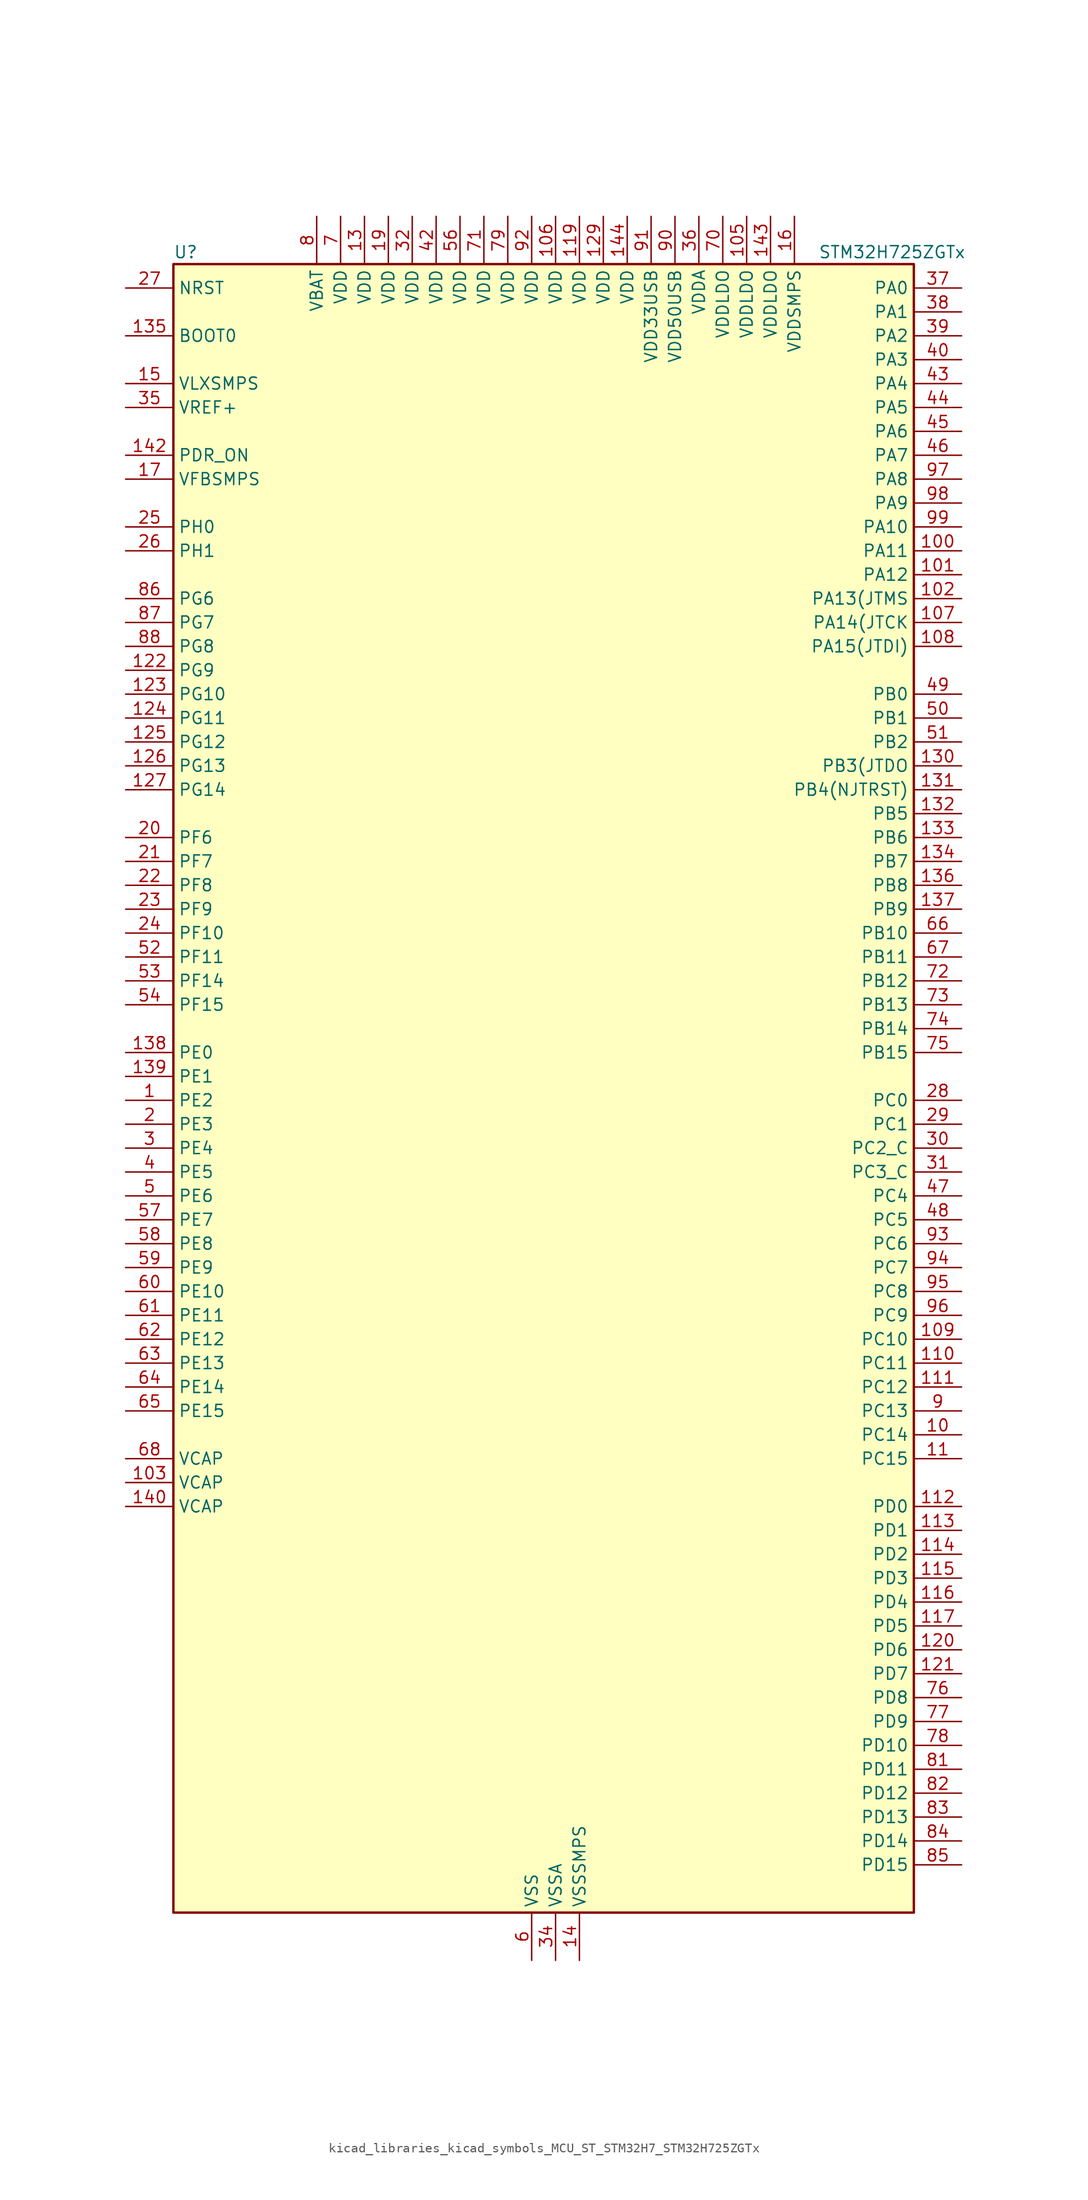
<source format=kicad_sym>
(kicad_symbol_lib
  (version 20220914)
  (generator kicad_symbol_editor)
  (symbol "kicad_libraries_kicad_symbols_MCU_ST_STM32H7_STM32H725ZGTx"
    (property "Reference" "U"
      (at -38.1 90.17 0)
      (effects (font (size 1.27 1.27)) (justify left)))
    (property "Value" "STM32H725ZGTx"
      (at 30.48 90.17 0)
      (effects (font (size 1.27 1.27)) (justify left)))
    (property "ki_locked" ""
      (at 0 0 0)
      (effects (font (size 1.27 1.27))))
    (symbol "kicad_libraries_kicad_symbols_MCU_ST_STM32H7_STM32H725ZGTx_0_1"
      (rectangle (start -38.1 -86.36) (end 40.64 88.9) (stroke (width 0.254) (type default)) (fill (type background))))
    (symbol "kicad_libraries_kicad_symbols_MCU_ST_STM32H7_STM32H725ZGTx_1_1"
      (pin bidirectional line (at -43.18 0 0) (length 5.08) (name "PE2" (effects (font (size 1.27 1.27)))) (number "1" (effects (font (size 1.27 1.27)))) (alternate "DEBUG_TRACECLK" bidirectional line) (alternate "ETH_TXD3" bidirectional line) (alternate "FMC_A23" bidirectional line) (alternate "OCTOSPIM_P1_IO2" bidirectional line) (alternate "SAI1_CK1" bidirectional line) (alternate "SAI1_MCLK_A" bidirectional line) (alternate "SAI4_CK1" bidirectional line) (alternate "SAI4_MCLK_A" bidirectional line) (alternate "SPI4_SCK" bidirectional line) (alternate "USART10_RX" bidirectional line))
      (pin bidirectional line (at 45.72 -35.56 180) (length 5.08) (name "PC14" (effects (font (size 1.27 1.27)))) (number "10" (effects (font (size 1.27 1.27)))) (alternate "RCC_OSC32_IN" bidirectional line))
      (pin bidirectional line (at 45.72 58.42 180) (length 5.08) (name "PA11" (effects (font (size 1.27 1.27)))) (number "100" (effects (font (size 1.27 1.27)))) (alternate "ADC1_EXTI11" bidirectional line) (alternate "ADC2_EXTI11" bidirectional line) (alternate "ADC3_EXTI11" bidirectional line) (alternate "FDCAN1_RX" bidirectional line) (alternate "I2S2_WS" bidirectional line) (alternate "LPUART1_CTS" bidirectional line) (alternate "LTDC_R4" bidirectional line) (alternate "SPI2_NSS" bidirectional line) (alternate "TIM1_CH4" bidirectional line) (alternate "UART4_RX" bidirectional line) (alternate "USART1_CTS" bidirectional line) (alternate "USART1_NSS" bidirectional line) (alternate "USB_OTG_HS_DM" bidirectional line))
      (pin bidirectional line (at 45.72 55.88 180) (length 5.08) (name "PA12" (effects (font (size 1.27 1.27)))) (number "101" (effects (font (size 1.27 1.27)))) (alternate "FDCAN1_TX" bidirectional line) (alternate "I2S2_CK" bidirectional line) (alternate "LPUART1_DE" bidirectional line) (alternate "LPUART1_RTS" bidirectional line) (alternate "LTDC_R5" bidirectional line) (alternate "SAI4_FS_B" bidirectional line) (alternate "SPI2_SCK" bidirectional line) (alternate "TIM1_BKIN2" bidirectional line) (alternate "TIM1_ETR" bidirectional line) (alternate "UART4_TX" bidirectional line) (alternate "USART1_DE" bidirectional line) (alternate "USART1_RTS" bidirectional line) (alternate "USB_OTG_HS_DP" bidirectional line))
      (pin bidirectional line (at 45.72 53.34 180) (length 5.08) (name "PA13(JTMS" (effects (font (size 1.27 1.27)))) (number "102" (effects (font (size 1.27 1.27)))) (alternate "DEBUG_JTMS-SWDIO" bidirectional line))
      (pin power_out line (at -43.18 -40.64 0) (length 5.08) (name "VCAP" (effects (font (size 1.27 1.27)))) (number "103" (effects (font (size 1.27 1.27)))))
      (pin passive line (at 0 -91.44 90) (length 5.08) hide (name "VSS" (effects (font (size 1.27 1.27)))) (number "104" (effects (font (size 1.27 1.27)))))
      (pin power_in line (at 22.86 93.98 270) (length 5.08) (name "VDDLDO" (effects (font (size 1.27 1.27)))) (number "105" (effects (font (size 1.27 1.27)))))
      (pin power_in line (at 2.54 93.98 270) (length 5.08) (name "VDD" (effects (font (size 1.27 1.27)))) (number "106" (effects (font (size 1.27 1.27)))))
      (pin bidirectional line (at 45.72 50.8 180) (length 5.08) (name "PA14(JTCK" (effects (font (size 1.27 1.27)))) (number "107" (effects (font (size 1.27 1.27)))) (alternate "DEBUG_JTCK-SWCLK" bidirectional line))
      (pin bidirectional line (at 45.72 48.26 180) (length 5.08) (name "PA15(JTDI)" (effects (font (size 1.27 1.27)))) (number "108" (effects (font (size 1.27 1.27)))) (alternate "ADC1_EXTI15" bidirectional line) (alternate "ADC2_EXTI15" bidirectional line) (alternate "ADC3_EXTI15" bidirectional line) (alternate "CEC" bidirectional line) (alternate "DEBUG_JTDI" bidirectional line) (alternate "I2S1_WS" bidirectional line) (alternate "I2S3_WS" bidirectional line) (alternate "I2S6_WS" bidirectional line) (alternate "LTDC_B6" bidirectional line) (alternate "LTDC_R3" bidirectional line) (alternate "SPI1_NSS" bidirectional line) (alternate "SPI3_NSS" bidirectional line) (alternate "SPI6_NSS" bidirectional line) (alternate "TIM2_CH1" bidirectional line) (alternate "TIM2_ETR" bidirectional line) (alternate "UART4_DE" bidirectional line) (alternate "UART4_RTS" bidirectional line) (alternate "UART7_TX" bidirectional line))
      (pin bidirectional line (at 45.72 -25.4 180) (length 5.08) (name "PC10" (effects (font (size 1.27 1.27)))) (number "109" (effects (font (size 1.27 1.27)))) (alternate "DCMI_D8" bidirectional line) (alternate "DFSDM1_CKIN5" bidirectional line) (alternate "I2C5_SDA" bidirectional line) (alternate "I2S3_CK" bidirectional line) (alternate "LTDC_B1" bidirectional line) (alternate "LTDC_R2" bidirectional line) (alternate "OCTOSPIM_P1_IO1" bidirectional line) (alternate "PSSI_D8" bidirectional line) (alternate "SDMMC1_D2" bidirectional line) (alternate "SPI3_SCK" bidirectional line) (alternate "SWPMI1_RX" bidirectional line) (alternate "UART4_TX" bidirectional line) (alternate "USART3_TX" bidirectional line))
      (pin bidirectional line (at 45.72 -38.1 180) (length 5.08) (name "PC15" (effects (font (size 1.27 1.27)))) (number "11" (effects (font (size 1.27 1.27)))) (alternate "ADC1_EXTI15" bidirectional line) (alternate "ADC2_EXTI15" bidirectional line) (alternate "ADC3_EXTI15" bidirectional line) (alternate "RCC_OSC32_OUT" bidirectional line))
      (pin bidirectional line (at 45.72 -27.94 180) (length 5.08) (name "PC11" (effects (font (size 1.27 1.27)))) (number "110" (effects (font (size 1.27 1.27)))) (alternate "ADC1_EXTI11" bidirectional line) (alternate "ADC2_EXTI11" bidirectional line) (alternate "ADC3_EXTI11" bidirectional line) (alternate "DCMI_D4" bidirectional line) (alternate "DFSDM1_DATIN5" bidirectional line) (alternate "I2C5_SCL" bidirectional line) (alternate "I2S3_SDI" bidirectional line) (alternate "LTDC_B4" bidirectional line) (alternate "OCTOSPIM_P1_NCS" bidirectional line) (alternate "PSSI_D4" bidirectional line) (alternate "SDMMC1_D3" bidirectional line) (alternate "SPI3_MISO" bidirectional line) (alternate "UART4_RX" bidirectional line) (alternate "USART3_RX" bidirectional line))
      (pin bidirectional line (at 45.72 -30.48 180) (length 5.08) (name "PC12" (effects (font (size 1.27 1.27)))) (number "111" (effects (font (size 1.27 1.27)))) (alternate "DCMI_D9" bidirectional line) (alternate "DEBUG_TRACED3" bidirectional line) (alternate "FMC_D6" bidirectional line) (alternate "FMC_DA6" bidirectional line) (alternate "I2C5_SMBA" bidirectional line) (alternate "I2S3_SDO" bidirectional line) (alternate "I2S6_CK" bidirectional line) (alternate "LTDC_R6" bidirectional line) (alternate "PSSI_D9" bidirectional line) (alternate "SDMMC1_CK" bidirectional line) (alternate "SPI3_MOSI" bidirectional line) (alternate "SPI6_SCK" bidirectional line) (alternate "TIM15_CH1" bidirectional line) (alternate "UART5_TX" bidirectional line) (alternate "USART3_CK" bidirectional line))
      (pin bidirectional line (at 45.72 -43.18 180) (length 5.08) (name "PD0" (effects (font (size 1.27 1.27)))) (number "112" (effects (font (size 1.27 1.27)))) (alternate "DFSDM1_CKIN6" bidirectional line) (alternate "FDCAN1_RX" bidirectional line) (alternate "FMC_D2" bidirectional line) (alternate "FMC_DA2" bidirectional line) (alternate "LTDC_B1" bidirectional line) (alternate "UART4_RX" bidirectional line) (alternate "UART9_CTS" bidirectional line))
      (pin bidirectional line (at 45.72 -45.72 180) (length 5.08) (name "PD1" (effects (font (size 1.27 1.27)))) (number "113" (effects (font (size 1.27 1.27)))) (alternate "DFSDM1_DATIN6" bidirectional line) (alternate "FDCAN1_TX" bidirectional line) (alternate "FMC_D3" bidirectional line) (alternate "FMC_DA3" bidirectional line) (alternate "UART4_TX" bidirectional line))
      (pin bidirectional line (at 45.72 -48.26 180) (length 5.08) (name "PD2" (effects (font (size 1.27 1.27)))) (number "114" (effects (font (size 1.27 1.27)))) (alternate "DCMI_D11" bidirectional line) (alternate "DEBUG_TRACED2" bidirectional line) (alternate "FMC_D7" bidirectional line) (alternate "FMC_DA7" bidirectional line) (alternate "LTDC_B2" bidirectional line) (alternate "LTDC_B7" bidirectional line) (alternate "PSSI_D11" bidirectional line) (alternate "SDMMC1_CMD" bidirectional line) (alternate "TIM15_BKIN" bidirectional line) (alternate "TIM3_ETR" bidirectional line) (alternate "UART5_RX" bidirectional line))
      (pin bidirectional line (at 45.72 -50.8 180) (length 5.08) (name "PD3" (effects (font (size 1.27 1.27)))) (number "115" (effects (font (size 1.27 1.27)))) (alternate "DCMI_D5" bidirectional line) (alternate "DFSDM1_CKOUT" bidirectional line) (alternate "FMC_CLK" bidirectional line) (alternate "I2S2_CK" bidirectional line) (alternate "LTDC_G7" bidirectional line) (alternate "PSSI_D5" bidirectional line) (alternate "SPI2_SCK" bidirectional line) (alternate "USART2_CTS" bidirectional line) (alternate "USART2_NSS" bidirectional line))
      (pin bidirectional line (at 45.72 -53.34 180) (length 5.08) (name "PD4" (effects (font (size 1.27 1.27)))) (number "116" (effects (font (size 1.27 1.27)))) (alternate "FMC_NOE" bidirectional line) (alternate "OCTOSPIM_P1_IO4" bidirectional line) (alternate "USART2_DE" bidirectional line) (alternate "USART2_RTS" bidirectional line))
      (pin bidirectional line (at 45.72 -55.88 180) (length 5.08) (name "PD5" (effects (font (size 1.27 1.27)))) (number "117" (effects (font (size 1.27 1.27)))) (alternate "FMC_NWE" bidirectional line) (alternate "OCTOSPIM_P1_IO5" bidirectional line) (alternate "USART2_TX" bidirectional line))
      (pin passive line (at 0 -91.44 90) (length 5.08) hide (name "VSS" (effects (font (size 1.27 1.27)))) (number "118" (effects (font (size 1.27 1.27)))))
      (pin power_in line (at 5.08 93.98 270) (length 5.08) (name "VDD" (effects (font (size 1.27 1.27)))) (number "119" (effects (font (size 1.27 1.27)))))
      (pin passive line (at 0 -91.44 90) (length 5.08) hide (name "VSS" (effects (font (size 1.27 1.27)))) (number "12" (effects (font (size 1.27 1.27)))))
      (pin bidirectional line (at 45.72 -58.42 180) (length 5.08) (name "PD6" (effects (font (size 1.27 1.27)))) (number "120" (effects (font (size 1.27 1.27)))) (alternate "DCMI_D10" bidirectional line) (alternate "DFSDM1_CKIN4" bidirectional line) (alternate "DFSDM1_DATIN1" bidirectional line) (alternate "FMC_NWAIT" bidirectional line) (alternate "I2S3_SDO" bidirectional line) (alternate "LTDC_B2" bidirectional line) (alternate "OCTOSPIM_P1_IO6" bidirectional line) (alternate "PSSI_D10" bidirectional line) (alternate "SAI1_D1" bidirectional line) (alternate "SAI1_SD_A" bidirectional line) (alternate "SAI4_D1" bidirectional line) (alternate "SAI4_SD_A" bidirectional line) (alternate "SDMMC2_CK" bidirectional line) (alternate "SPI3_MOSI" bidirectional line) (alternate "USART2_RX" bidirectional line))
      (pin bidirectional line (at 45.72 -60.96 180) (length 5.08) (name "PD7" (effects (font (size 1.27 1.27)))) (number "121" (effects (font (size 1.27 1.27)))) (alternate "DFSDM1_CKIN1" bidirectional line) (alternate "DFSDM1_DATIN4" bidirectional line) (alternate "FMC_NE1" bidirectional line) (alternate "I2S1_SDO" bidirectional line) (alternate "OCTOSPIM_P1_IO7" bidirectional line) (alternate "SDMMC2_CMD" bidirectional line) (alternate "SPDIFRX1_IN0" bidirectional line) (alternate "SPI1_MOSI" bidirectional line) (alternate "USART2_CK" bidirectional line))
      (pin bidirectional line (at -43.18 45.72 0) (length 5.08) (name "PG9" (effects (font (size 1.27 1.27)))) (number "122" (effects (font (size 1.27 1.27)))) (alternate "DAC1_EXTI9" bidirectional line) (alternate "DCMI_VSYNC" bidirectional line) (alternate "FDCAN3_TX" bidirectional line) (alternate "FMC_NCE" bidirectional line) (alternate "FMC_NE2" bidirectional line) (alternate "I2S1_SDI" bidirectional line) (alternate "OCTOSPIM_P1_IO6" bidirectional line) (alternate "PSSI_RDY" bidirectional line) (alternate "SAI4_FS_B" bidirectional line) (alternate "SDMMC2_D0" bidirectional line) (alternate "SPDIFRX1_IN3" bidirectional line) (alternate "SPI1_MISO" bidirectional line) (alternate "USART6_RX" bidirectional line))
      (pin bidirectional line (at -43.18 43.18 0) (length 5.08) (name "PG10" (effects (font (size 1.27 1.27)))) (number "123" (effects (font (size 1.27 1.27)))) (alternate "DCMI_D2" bidirectional line) (alternate "FDCAN3_RX" bidirectional line) (alternate "FMC_NE3" bidirectional line) (alternate "I2S1_WS" bidirectional line) (alternate "LTDC_B2" bidirectional line) (alternate "LTDC_G3" bidirectional line) (alternate "OCTOSPIM_P2_IO6" bidirectional line) (alternate "PSSI_D2" bidirectional line) (alternate "SAI4_SD_B" bidirectional line) (alternate "SDMMC2_D1" bidirectional line) (alternate "SPI1_NSS" bidirectional line))
      (pin bidirectional line (at -43.18 40.64 0) (length 5.08) (name "PG11" (effects (font (size 1.27 1.27)))) (number "124" (effects (font (size 1.27 1.27)))) (alternate "ADC1_EXTI11" bidirectional line) (alternate "ADC2_EXTI11" bidirectional line) (alternate "ADC3_EXTI11" bidirectional line) (alternate "DCMI_D3" bidirectional line) (alternate "ETH_TX_EN" bidirectional line) (alternate "I2S1_CK" bidirectional line) (alternate "LPTIM1_IN2" bidirectional line) (alternate "LTDC_B3" bidirectional line) (alternate "OCTOSPIM_P2_IO7" bidirectional line) (alternate "PSSI_D3" bidirectional line) (alternate "SDMMC2_D2" bidirectional line) (alternate "SPDIFRX1_IN0" bidirectional line) (alternate "SPI1_SCK" bidirectional line) (alternate "USART10_RX" bidirectional line))
      (pin bidirectional line (at -43.18 38.1 0) (length 5.08) (name "PG12" (effects (font (size 1.27 1.27)))) (number "125" (effects (font (size 1.27 1.27)))) (alternate "ETH_TXD1" bidirectional line) (alternate "FMC_NE4" bidirectional line) (alternate "I2S6_SDI" bidirectional line) (alternate "LPTIM1_IN1" bidirectional line) (alternate "LTDC_B1" bidirectional line) (alternate "LTDC_B4" bidirectional line) (alternate "OCTOSPIM_P2_NCS" bidirectional line) (alternate "SDMMC2_D3" bidirectional line) (alternate "SPDIFRX1_IN1" bidirectional line) (alternate "SPI6_MISO" bidirectional line) (alternate "TIM23_CH1" bidirectional line) (alternate "USART10_TX" bidirectional line) (alternate "USART6_DE" bidirectional line) (alternate "USART6_RTS" bidirectional line))
      (pin bidirectional line (at -43.18 35.56 0) (length 5.08) (name "PG13" (effects (font (size 1.27 1.27)))) (number "126" (effects (font (size 1.27 1.27)))) (alternate "DEBUG_TRACED0" bidirectional line) (alternate "ETH_TXD0" bidirectional line) (alternate "FMC_A24" bidirectional line) (alternate "I2S6_CK" bidirectional line) (alternate "LPTIM1_OUT" bidirectional line) (alternate "LTDC_R0" bidirectional line) (alternate "SDMMC2_D6" bidirectional line) (alternate "SPI6_SCK" bidirectional line) (alternate "TIM23_CH2" bidirectional line) (alternate "USART10_CTS" bidirectional line) (alternate "USART10_NSS" bidirectional line) (alternate "USART6_CTS" bidirectional line) (alternate "USART6_NSS" bidirectional line))
      (pin bidirectional line (at -43.18 33.02 0) (length 5.08) (name "PG14" (effects (font (size 1.27 1.27)))) (number "127" (effects (font (size 1.27 1.27)))) (alternate "DEBUG_TRACED1" bidirectional line) (alternate "ETH_TXD1" bidirectional line) (alternate "FMC_A25" bidirectional line) (alternate "I2S6_SDO" bidirectional line) (alternate "LPTIM1_ETR" bidirectional line) (alternate "LTDC_B0" bidirectional line) (alternate "OCTOSPIM_P1_IO7" bidirectional line) (alternate "SDMMC2_D7" bidirectional line) (alternate "SPI6_MOSI" bidirectional line) (alternate "TIM23_CH3" bidirectional line) (alternate "USART10_DE" bidirectional line) (alternate "USART10_RTS" bidirectional line) (alternate "USART6_TX" bidirectional line))
      (pin passive line (at 0 -91.44 90) (length 5.08) hide (name "VSS" (effects (font (size 1.27 1.27)))) (number "128" (effects (font (size 1.27 1.27)))))
      (pin power_in line (at 7.62 93.98 270) (length 5.08) (name "VDD" (effects (font (size 1.27 1.27)))) (number "129" (effects (font (size 1.27 1.27)))))
      (pin power_in line (at -17.78 93.98 270) (length 5.08) (name "VDD" (effects (font (size 1.27 1.27)))) (number "13" (effects (font (size 1.27 1.27)))))
      (pin bidirectional line (at 45.72 35.56 180) (length 5.08) (name "PB3(JTDO" (effects (font (size 1.27 1.27)))) (number "130" (effects (font (size 1.27 1.27)))) (alternate "CRS_SYNC" bidirectional line) (alternate "DEBUG_JTDO-SWO" bidirectional line) (alternate "I2S1_CK" bidirectional line) (alternate "I2S3_CK" bidirectional line) (alternate "I2S6_CK" bidirectional line) (alternate "SDMMC2_D2" bidirectional line) (alternate "SPI1_SCK" bidirectional line) (alternate "SPI3_SCK" bidirectional line) (alternate "SPI6_SCK" bidirectional line) (alternate "TIM24_ETR" bidirectional line) (alternate "TIM2_CH2" bidirectional line) (alternate "UART7_RX" bidirectional line))
      (pin bidirectional line (at 45.72 33.02 180) (length 5.08) (name "PB4(NJTRST)" (effects (font (size 1.27 1.27)))) (number "131" (effects (font (size 1.27 1.27)))) (alternate "DEBUG_JTRST" bidirectional line) (alternate "I2S1_SDI" bidirectional line) (alternate "I2S2_WS" bidirectional line) (alternate "I2S3_SDI" bidirectional line) (alternate "I2S6_SDI" bidirectional line) (alternate "SDMMC2_D3" bidirectional line) (alternate "SPI1_MISO" bidirectional line) (alternate "SPI2_NSS" bidirectional line) (alternate "SPI3_MISO" bidirectional line) (alternate "SPI6_MISO" bidirectional line) (alternate "TIM16_BKIN" bidirectional line) (alternate "TIM3_CH1" bidirectional line) (alternate "UART7_TX" bidirectional line))
      (pin bidirectional line (at 45.72 30.48 180) (length 5.08) (name "PB5" (effects (font (size 1.27 1.27)))) (number "132" (effects (font (size 1.27 1.27)))) (alternate "DCMI_D10" bidirectional line) (alternate "ETH_PPS_OUT" bidirectional line) (alternate "FDCAN2_RX" bidirectional line) (alternate "FMC_SDCKE1" bidirectional line) (alternate "I2C1_SMBA" bidirectional line) (alternate "I2C4_SMBA" bidirectional line) (alternate "I2S1_SDO" bidirectional line) (alternate "I2S3_SDO" bidirectional line) (alternate "I2S6_SDO" bidirectional line) (alternate "LTDC_B5" bidirectional line) (alternate "PSSI_D10" bidirectional line) (alternate "SPI1_MOSI" bidirectional line) (alternate "SPI3_MOSI" bidirectional line) (alternate "SPI6_MOSI" bidirectional line) (alternate "TIM17_BKIN" bidirectional line) (alternate "TIM3_CH2" bidirectional line) (alternate "UART5_RX" bidirectional line) (alternate "USB_OTG_HS_ULPI_D7" bidirectional line))
      (pin bidirectional line (at 45.72 27.94 180) (length 5.08) (name "PB6" (effects (font (size 1.27 1.27)))) (number "133" (effects (font (size 1.27 1.27)))) (alternate "CEC" bidirectional line) (alternate "DCMI_D5" bidirectional line) (alternate "DFSDM1_DATIN5" bidirectional line) (alternate "FDCAN2_TX" bidirectional line) (alternate "FMC_SDNE1" bidirectional line) (alternate "I2C1_SCL" bidirectional line) (alternate "I2C4_SCL" bidirectional line) (alternate "LPUART1_TX" bidirectional line) (alternate "OCTOSPIM_P1_NCS" bidirectional line) (alternate "PSSI_D5" bidirectional line) (alternate "TIM16_CH1N" bidirectional line) (alternate "TIM4_CH1" bidirectional line) (alternate "UART5_TX" bidirectional line) (alternate "USART1_TX" bidirectional line))
      (pin bidirectional line (at 45.72 25.4 180) (length 5.08) (name "PB7" (effects (font (size 1.27 1.27)))) (number "134" (effects (font (size 1.27 1.27)))) (alternate "DCMI_VSYNC" bidirectional line) (alternate "DFSDM1_CKIN5" bidirectional line) (alternate "FMC_NL" bidirectional line) (alternate "I2C1_SDA" bidirectional line) (alternate "I2C4_SDA" bidirectional line) (alternate "LPUART1_RX" bidirectional line) (alternate "PSSI_RDY" bidirectional line) (alternate "PWR_PVD_IN" bidirectional line) (alternate "TIM17_CH1N" bidirectional line) (alternate "TIM4_CH2" bidirectional line) (alternate "USART1_RX" bidirectional line))
      (pin input line (at -43.18 81.28 0) (length 5.08) (name "BOOT0" (effects (font (size 1.27 1.27)))) (number "135" (effects (font (size 1.27 1.27)))))
      (pin bidirectional line (at 45.72 22.86 180) (length 5.08) (name "PB8" (effects (font (size 1.27 1.27)))) (number "136" (effects (font (size 1.27 1.27)))) (alternate "DCMI_D6" bidirectional line) (alternate "DFSDM1_CKIN7" bidirectional line) (alternate "ETH_TXD3" bidirectional line) (alternate "FDCAN1_RX" bidirectional line) (alternate "I2C1_SCL" bidirectional line) (alternate "I2C4_SCL" bidirectional line) (alternate "LTDC_B6" bidirectional line) (alternate "PSSI_D6" bidirectional line) (alternate "SDMMC1_CKIN" bidirectional line) (alternate "SDMMC1_D4" bidirectional line) (alternate "SDMMC2_D4" bidirectional line) (alternate "TIM16_CH1" bidirectional line) (alternate "TIM4_CH3" bidirectional line) (alternate "UART4_RX" bidirectional line))
      (pin bidirectional line (at 45.72 20.32 180) (length 5.08) (name "PB9" (effects (font (size 1.27 1.27)))) (number "137" (effects (font (size 1.27 1.27)))) (alternate "DAC1_EXTI9" bidirectional line) (alternate "DCMI_D7" bidirectional line) (alternate "DFSDM1_DATIN7" bidirectional line) (alternate "FDCAN1_TX" bidirectional line) (alternate "I2C1_SDA" bidirectional line) (alternate "I2C4_SDA" bidirectional line) (alternate "I2C4_SMBA" bidirectional line) (alternate "I2S2_WS" bidirectional line) (alternate "LTDC_B7" bidirectional line) (alternate "PSSI_D7" bidirectional line) (alternate "SDMMC1_CDIR" bidirectional line) (alternate "SDMMC1_D5" bidirectional line) (alternate "SDMMC2_D5" bidirectional line) (alternate "SPI2_NSS" bidirectional line) (alternate "TIM17_CH1" bidirectional line) (alternate "TIM4_CH4" bidirectional line) (alternate "UART4_TX" bidirectional line))
      (pin bidirectional line (at -43.18 5.08 0) (length 5.08) (name "PE0" (effects (font (size 1.27 1.27)))) (number "138" (effects (font (size 1.27 1.27)))) (alternate "DCMI_D2" bidirectional line) (alternate "FMC_NBL0" bidirectional line) (alternate "LPTIM1_ETR" bidirectional line) (alternate "LPTIM2_ETR" bidirectional line) (alternate "LTDC_R0" bidirectional line) (alternate "PSSI_D2" bidirectional line) (alternate "SAI4_MCLK_A" bidirectional line) (alternate "TIM4_ETR" bidirectional line) (alternate "UART8_RX" bidirectional line))
      (pin bidirectional line (at -43.18 2.54 0) (length 5.08) (name "PE1" (effects (font (size 1.27 1.27)))) (number "139" (effects (font (size 1.27 1.27)))) (alternate "DCMI_D3" bidirectional line) (alternate "FMC_NBL1" bidirectional line) (alternate "LPTIM1_IN2" bidirectional line) (alternate "LTDC_R6" bidirectional line) (alternate "PSSI_D3" bidirectional line) (alternate "UART8_TX" bidirectional line))
      (pin power_in line (at 5.08 -91.44 90) (length 5.08) (name "VSSSMPS" (effects (font (size 1.27 1.27)))) (number "14" (effects (font (size 1.27 1.27)))))
      (pin power_out line (at -43.18 -43.18 0) (length 5.08) (name "VCAP" (effects (font (size 1.27 1.27)))) (number "140" (effects (font (size 1.27 1.27)))))
      (pin passive line (at 0 -91.44 90) (length 5.08) hide (name "VSS" (effects (font (size 1.27 1.27)))) (number "141" (effects (font (size 1.27 1.27)))))
      (pin input line (at -43.18 68.58 0) (length 5.08) (name "PDR_ON" (effects (font (size 1.27 1.27)))) (number "142" (effects (font (size 1.27 1.27)))))
      (pin power_in line (at 25.4 93.98 270) (length 5.08) (name "VDDLDO" (effects (font (size 1.27 1.27)))) (number "143" (effects (font (size 1.27 1.27)))))
      (pin power_in line (at 10.16 93.98 270) (length 5.08) (name "VDD" (effects (font (size 1.27 1.27)))) (number "144" (effects (font (size 1.27 1.27)))))
      (pin power_in line (at -43.18 76.2 0) (length 5.08) (name "VLXSMPS" (effects (font (size 1.27 1.27)))) (number "15" (effects (font (size 1.27 1.27)))))
      (pin power_in line (at 27.94 93.98 270) (length 5.08) (name "VDDSMPS" (effects (font (size 1.27 1.27)))) (number "16" (effects (font (size 1.27 1.27)))))
      (pin input line (at -43.18 66.04 0) (length 5.08) (name "VFBSMPS" (effects (font (size 1.27 1.27)))) (number "17" (effects (font (size 1.27 1.27)))))
      (pin passive line (at 0 -91.44 90) (length 5.08) hide (name "VSS" (effects (font (size 1.27 1.27)))) (number "18" (effects (font (size 1.27 1.27)))))
      (pin power_in line (at -15.24 93.98 270) (length 5.08) (name "VDD" (effects (font (size 1.27 1.27)))) (number "19" (effects (font (size 1.27 1.27)))))
      (pin bidirectional line (at -43.18 -2.54 0) (length 5.08) (name "PE3" (effects (font (size 1.27 1.27)))) (number "2" (effects (font (size 1.27 1.27)))) (alternate "DEBUG_TRACED0" bidirectional line) (alternate "FMC_A19" bidirectional line) (alternate "SAI1_SD_B" bidirectional line) (alternate "SAI4_SD_B" bidirectional line) (alternate "TIM15_BKIN" bidirectional line) (alternate "USART10_TX" bidirectional line))
      (pin bidirectional line (at -43.18 27.94 0) (length 5.08) (name "PF6" (effects (font (size 1.27 1.27)))) (number "20" (effects (font (size 1.27 1.27)))) (alternate "ADC3_INN4" bidirectional line) (alternate "ADC3_INP8" bidirectional line) (alternate "FDCAN3_RX" bidirectional line) (alternate "OCTOSPIM_P1_IO3" bidirectional line) (alternate "SAI1_SD_B" bidirectional line) (alternate "SAI4_SD_B" bidirectional line) (alternate "SPI5_NSS" bidirectional line) (alternate "TIM16_CH1" bidirectional line) (alternate "TIM23_CH1" bidirectional line) (alternate "UART7_RX" bidirectional line))
      (pin bidirectional line (at -43.18 25.4 0) (length 5.08) (name "PF7" (effects (font (size 1.27 1.27)))) (number "21" (effects (font (size 1.27 1.27)))) (alternate "ADC3_INP3" bidirectional line) (alternate "FDCAN3_TX" bidirectional line) (alternate "OCTOSPIM_P1_IO2" bidirectional line) (alternate "SAI1_MCLK_B" bidirectional line) (alternate "SAI4_MCLK_B" bidirectional line) (alternate "SPI5_SCK" bidirectional line) (alternate "TIM17_CH1" bidirectional line) (alternate "TIM23_CH2" bidirectional line) (alternate "UART7_TX" bidirectional line))
      (pin bidirectional line (at -43.18 22.86 0) (length 5.08) (name "PF8" (effects (font (size 1.27 1.27)))) (number "22" (effects (font (size 1.27 1.27)))) (alternate "ADC3_INN3" bidirectional line) (alternate "ADC3_INP7" bidirectional line) (alternate "OCTOSPIM_P1_IO0" bidirectional line) (alternate "SAI1_SCK_B" bidirectional line) (alternate "SAI4_SCK_B" bidirectional line) (alternate "SPI5_MISO" bidirectional line) (alternate "TIM13_CH1" bidirectional line) (alternate "TIM16_CH1N" bidirectional line) (alternate "TIM23_CH3" bidirectional line) (alternate "UART7_DE" bidirectional line) (alternate "UART7_RTS" bidirectional line))
      (pin bidirectional line (at -43.18 20.32 0) (length 5.08) (name "PF9" (effects (font (size 1.27 1.27)))) (number "23" (effects (font (size 1.27 1.27)))) (alternate "ADC3_INP2" bidirectional line) (alternate "DAC1_EXTI9" bidirectional line) (alternate "OCTOSPIM_P1_IO1" bidirectional line) (alternate "SAI1_FS_B" bidirectional line) (alternate "SAI4_FS_B" bidirectional line) (alternate "SPI5_MOSI" bidirectional line) (alternate "TIM14_CH1" bidirectional line) (alternate "TIM17_CH1N" bidirectional line) (alternate "TIM23_CH4" bidirectional line) (alternate "UART7_CTS" bidirectional line))
      (pin bidirectional line (at -43.18 17.78 0) (length 5.08) (name "PF10" (effects (font (size 1.27 1.27)))) (number "24" (effects (font (size 1.27 1.27)))) (alternate "ADC3_INN2" bidirectional line) (alternate "ADC3_INP6" bidirectional line) (alternate "DCMI_D11" bidirectional line) (alternate "LTDC_DE" bidirectional line) (alternate "OCTOSPIM_P1_CLK" bidirectional line) (alternate "PSSI_D11" bidirectional line) (alternate "PSSI_D15" bidirectional line) (alternate "SAI1_D3" bidirectional line) (alternate "SAI4_D3" bidirectional line) (alternate "TIM16_BKIN" bidirectional line))
      (pin bidirectional line (at -43.18 60.96 0) (length 5.08) (name "PH0" (effects (font (size 1.27 1.27)))) (number "25" (effects (font (size 1.27 1.27)))) (alternate "RCC_OSC_IN" bidirectional line))
      (pin bidirectional line (at -43.18 58.42 0) (length 5.08) (name "PH1" (effects (font (size 1.27 1.27)))) (number "26" (effects (font (size 1.27 1.27)))) (alternate "RCC_OSC_OUT" bidirectional line))
      (pin input line (at -43.18 86.36 0) (length 5.08) (name "NRST" (effects (font (size 1.27 1.27)))) (number "27" (effects (font (size 1.27 1.27)))))
      (pin bidirectional line (at 45.72 0 180) (length 5.08) (name "PC0" (effects (font (size 1.27 1.27)))) (number "28" (effects (font (size 1.27 1.27)))) (alternate "ADC1_INP10" bidirectional line) (alternate "ADC2_INP10" bidirectional line) (alternate "ADC3_INP10" bidirectional line) (alternate "DFSDM1_CKIN0" bidirectional line) (alternate "DFSDM1_DATIN4" bidirectional line) (alternate "FMC_A25" bidirectional line) (alternate "FMC_D12" bidirectional line) (alternate "FMC_DA12" bidirectional line) (alternate "FMC_SDNWE" bidirectional line) (alternate "LTDC_G2" bidirectional line) (alternate "LTDC_R5" bidirectional line) (alternate "SAI4_FS_B" bidirectional line) (alternate "USB_OTG_HS_ULPI_STP" bidirectional line))
      (pin bidirectional line (at 45.72 -2.54 180) (length 5.08) (name "PC1" (effects (font (size 1.27 1.27)))) (number "29" (effects (font (size 1.27 1.27)))) (alternate "ADC1_INN10" bidirectional line) (alternate "ADC1_INP11" bidirectional line) (alternate "ADC2_INN10" bidirectional line) (alternate "ADC2_INP11" bidirectional line) (alternate "ADC3_INN10" bidirectional line) (alternate "ADC3_INP11" bidirectional line) (alternate "DEBUG_TRACED0" bidirectional line) (alternate "DFSDM1_CKIN4" bidirectional line) (alternate "DFSDM1_DATIN0" bidirectional line) (alternate "ETH_MDC" bidirectional line) (alternate "I2S2_SDO" bidirectional line) (alternate "LTDC_G5" bidirectional line) (alternate "MDIOS_MDC" bidirectional line) (alternate "OCTOSPIM_P1_IO4" bidirectional line) (alternate "PWR_WKUP6" bidirectional line) (alternate "RTC_TAMP3" bidirectional line) (alternate "SAI1_D1" bidirectional line) (alternate "SAI1_SD_A" bidirectional line) (alternate "SAI4_D1" bidirectional line) (alternate "SAI4_SD_A" bidirectional line) (alternate "SDMMC2_CK" bidirectional line) (alternate "SPI2_MOSI" bidirectional line))
      (pin bidirectional line (at -43.18 -5.08 0) (length 5.08) (name "PE4" (effects (font (size 1.27 1.27)))) (number "3" (effects (font (size 1.27 1.27)))) (alternate "DCMI_D4" bidirectional line) (alternate "DEBUG_TRACED1" bidirectional line) (alternate "DFSDM1_DATIN3" bidirectional line) (alternate "FMC_A20" bidirectional line) (alternate "LTDC_B0" bidirectional line) (alternate "PSSI_D4" bidirectional line) (alternate "SAI1_D2" bidirectional line) (alternate "SAI1_FS_A" bidirectional line) (alternate "SAI4_D2" bidirectional line) (alternate "SAI4_FS_A" bidirectional line) (alternate "SPI4_NSS" bidirectional line) (alternate "TIM15_CH1N" bidirectional line))
      (pin bidirectional line (at 45.72 -5.08 180) (length 5.08) (name "PC2_C" (effects (font (size 1.27 1.27)))) (number "30" (effects (font (size 1.27 1.27)))) (alternate "ADC3_INN1" bidirectional line) (alternate "ADC3_INP0" bidirectional line) (alternate "DFSDM1_CKIN1" bidirectional line) (alternate "DFSDM1_CKOUT" bidirectional line) (alternate "ETH_TXD2" bidirectional line) (alternate "FMC_SDNE0" bidirectional line) (alternate "I2S2_SDI" bidirectional line) (alternate "OCTOSPIM_P1_IO2" bidirectional line) (alternate "OCTOSPIM_P1_IO5" bidirectional line) (alternate "PWR_CSTOP" bidirectional line) (alternate "SPI2_MISO" bidirectional line) (alternate "USB_OTG_HS_ULPI_DIR" bidirectional line))
      (pin bidirectional line (at 45.72 -7.62 180) (length 5.08) (name "PC3_C" (effects (font (size 1.27 1.27)))) (number "31" (effects (font (size 1.27 1.27)))) (alternate "ADC3_INP1" bidirectional line) (alternate "DFSDM1_DATIN1" bidirectional line) (alternate "ETH_TX_CLK" bidirectional line) (alternate "FMC_SDCKE0" bidirectional line) (alternate "I2S2_SDO" bidirectional line) (alternate "OCTOSPIM_P1_IO0" bidirectional line) (alternate "OCTOSPIM_P1_IO6" bidirectional line) (alternate "PWR_CSLEEP" bidirectional line) (alternate "SPI2_MOSI" bidirectional line) (alternate "USB_OTG_HS_ULPI_NXT" bidirectional line))
      (pin power_in line (at -12.7 93.98 270) (length 5.08) (name "VDD" (effects (font (size 1.27 1.27)))) (number "32" (effects (font (size 1.27 1.27)))))
      (pin passive line (at 0 -91.44 90) (length 5.08) hide (name "VSS" (effects (font (size 1.27 1.27)))) (number "33" (effects (font (size 1.27 1.27)))))
      (pin power_in line (at 2.54 -91.44 90) (length 5.08) (name "VSSA" (effects (font (size 1.27 1.27)))) (number "34" (effects (font (size 1.27 1.27)))))
      (pin input line (at -43.18 73.66 0) (length 5.08) (name "VREF+" (effects (font (size 1.27 1.27)))) (number "35" (effects (font (size 1.27 1.27)))) (alternate "VREFBUF_OUT" bidirectional line))
      (pin power_in line (at 17.78 93.98 270) (length 5.08) (name "VDDA" (effects (font (size 1.27 1.27)))) (number "36" (effects (font (size 1.27 1.27)))))
      (pin bidirectional line (at 45.72 86.36 180) (length 5.08) (name "PA0" (effects (font (size 1.27 1.27)))) (number "37" (effects (font (size 1.27 1.27)))) (alternate "ADC1_INP16" bidirectional line) (alternate "ETH_CRS" bidirectional line) (alternate "FMC_A19" bidirectional line) (alternate "I2S6_WS" bidirectional line) (alternate "PWR_WKUP1" bidirectional line) (alternate "SAI4_SD_B" bidirectional line) (alternate "SDMMC2_CMD" bidirectional line) (alternate "SPI6_NSS" bidirectional line) (alternate "TIM15_BKIN" bidirectional line) (alternate "TIM2_CH1" bidirectional line) (alternate "TIM2_ETR" bidirectional line) (alternate "TIM5_CH1" bidirectional line) (alternate "TIM8_ETR" bidirectional line) (alternate "UART4_TX" bidirectional line) (alternate "USART2_CTS" bidirectional line) (alternate "USART2_NSS" bidirectional line))
      (pin bidirectional line (at 45.72 83.82 180) (length 5.08) (name "PA1" (effects (font (size 1.27 1.27)))) (number "38" (effects (font (size 1.27 1.27)))) (alternate "ADC1_INN16" bidirectional line) (alternate "ADC1_INP17" bidirectional line) (alternate "ETH_REF_CLK" bidirectional line) (alternate "ETH_RX_CLK" bidirectional line) (alternate "LPTIM3_OUT" bidirectional line) (alternate "LTDC_R2" bidirectional line) (alternate "OCTOSPIM_P1_DQS" bidirectional line) (alternate "OCTOSPIM_P1_IO3" bidirectional line) (alternate "SAI4_MCLK_B" bidirectional line) (alternate "TIM15_CH1N" bidirectional line) (alternate "TIM2_CH2" bidirectional line) (alternate "TIM5_CH2" bidirectional line) (alternate "UART4_RX" bidirectional line) (alternate "USART2_DE" bidirectional line) (alternate "USART2_RTS" bidirectional line))
      (pin bidirectional line (at 45.72 81.28 180) (length 5.08) (name "PA2" (effects (font (size 1.27 1.27)))) (number "39" (effects (font (size 1.27 1.27)))) (alternate "ADC1_INP14" bidirectional line) (alternate "ADC2_INP14" bidirectional line) (alternate "ETH_MDIO" bidirectional line) (alternate "LPTIM4_OUT" bidirectional line) (alternate "LTDC_R1" bidirectional line) (alternate "MDIOS_MDIO" bidirectional line) (alternate "OCTOSPIM_P1_IO0" bidirectional line) (alternate "PWR_WKUP2" bidirectional line) (alternate "SAI4_SCK_B" bidirectional line) (alternate "TIM15_CH1" bidirectional line) (alternate "TIM2_CH3" bidirectional line) (alternate "TIM5_CH3" bidirectional line) (alternate "USART2_TX" bidirectional line))
      (pin bidirectional line (at -43.18 -7.62 0) (length 5.08) (name "PE5" (effects (font (size 1.27 1.27)))) (number "4" (effects (font (size 1.27 1.27)))) (alternate "DCMI_D6" bidirectional line) (alternate "DEBUG_TRACED2" bidirectional line) (alternate "DFSDM1_CKIN3" bidirectional line) (alternate "FMC_A21" bidirectional line) (alternate "LTDC_G0" bidirectional line) (alternate "PSSI_D6" bidirectional line) (alternate "SAI1_CK2" bidirectional line) (alternate "SAI1_SCK_A" bidirectional line) (alternate "SAI4_CK2" bidirectional line) (alternate "SAI4_SCK_A" bidirectional line) (alternate "SPI4_MISO" bidirectional line) (alternate "TIM15_CH1" bidirectional line))
      (pin bidirectional line (at 45.72 78.74 180) (length 5.08) (name "PA3" (effects (font (size 1.27 1.27)))) (number "40" (effects (font (size 1.27 1.27)))) (alternate "ADC1_INP15" bidirectional line) (alternate "ADC2_INP15" bidirectional line) (alternate "ETH_COL" bidirectional line) (alternate "I2S6_MCK" bidirectional line) (alternate "LPTIM5_OUT" bidirectional line) (alternate "LTDC_B2" bidirectional line) (alternate "LTDC_B5" bidirectional line) (alternate "OCTOSPIM_P1_CLK" bidirectional line) (alternate "OCTOSPIM_P1_IO2" bidirectional line) (alternate "TIM15_CH2" bidirectional line) (alternate "TIM2_CH4" bidirectional line) (alternate "TIM5_CH4" bidirectional line) (alternate "USART2_RX" bidirectional line) (alternate "USB_OTG_HS_ULPI_D0" bidirectional line))
      (pin passive line (at 0 -91.44 90) (length 5.08) hide (name "VSS" (effects (font (size 1.27 1.27)))) (number "41" (effects (font (size 1.27 1.27)))))
      (pin power_in line (at -10.16 93.98 270) (length 5.08) (name "VDD" (effects (font (size 1.27 1.27)))) (number "42" (effects (font (size 1.27 1.27)))))
      (pin bidirectional line (at 45.72 76.2 180) (length 5.08) (name "PA4" (effects (font (size 1.27 1.27)))) (number "43" (effects (font (size 1.27 1.27)))) (alternate "ADC1_INP18" bidirectional line) (alternate "ADC2_INP18" bidirectional line) (alternate "DAC1_OUT1" bidirectional line) (alternate "DCMI_HSYNC" bidirectional line) (alternate "FMC_D8" bidirectional line) (alternate "FMC_DA8" bidirectional line) (alternate "I2S1_WS" bidirectional line) (alternate "I2S3_WS" bidirectional line) (alternate "I2S6_WS" bidirectional line) (alternate "LTDC_VSYNC" bidirectional line) (alternate "PSSI_DE" bidirectional line) (alternate "SPI1_NSS" bidirectional line) (alternate "SPI3_NSS" bidirectional line) (alternate "SPI6_NSS" bidirectional line) (alternate "TIM5_ETR" bidirectional line) (alternate "USART2_CK" bidirectional line))
      (pin bidirectional line (at 45.72 73.66 180) (length 5.08) (name "PA5" (effects (font (size 1.27 1.27)))) (number "44" (effects (font (size 1.27 1.27)))) (alternate "ADC1_INN18" bidirectional line) (alternate "ADC1_INP19" bidirectional line) (alternate "ADC2_INN18" bidirectional line) (alternate "ADC2_INP19" bidirectional line) (alternate "DAC1_OUT2" bidirectional line) (alternate "FMC_D9" bidirectional line) (alternate "FMC_DA9" bidirectional line) (alternate "I2S1_CK" bidirectional line) (alternate "I2S6_CK" bidirectional line) (alternate "LTDC_R4" bidirectional line) (alternate "PSSI_D14" bidirectional line) (alternate "PWR_NDSTOP2" bidirectional line) (alternate "SPI1_SCK" bidirectional line) (alternate "SPI6_SCK" bidirectional line) (alternate "TIM2_CH1" bidirectional line) (alternate "TIM2_ETR" bidirectional line) (alternate "TIM8_CH1N" bidirectional line) (alternate "USB_OTG_HS_ULPI_CK" bidirectional line))
      (pin bidirectional line (at 45.72 71.12 180) (length 5.08) (name "PA6" (effects (font (size 1.27 1.27)))) (number "45" (effects (font (size 1.27 1.27)))) (alternate "ADC1_INP3" bidirectional line) (alternate "ADC2_INP3" bidirectional line) (alternate "DCMI_PIXCLK" bidirectional line) (alternate "I2S1_SDI" bidirectional line) (alternate "I2S6_SDI" bidirectional line) (alternate "LTDC_G2" bidirectional line) (alternate "MDIOS_MDC" bidirectional line) (alternate "OCTOSPIM_P1_IO3" bidirectional line) (alternate "PSSI_PDCK" bidirectional line) (alternate "SPI1_MISO" bidirectional line) (alternate "SPI6_MISO" bidirectional line) (alternate "TIM13_CH1" bidirectional line) (alternate "TIM1_BKIN" bidirectional line) (alternate "TIM1_BKIN_COMP1" bidirectional line) (alternate "TIM1_BKIN_COMP2" bidirectional line) (alternate "TIM3_CH1" bidirectional line) (alternate "TIM8_BKIN" bidirectional line) (alternate "TIM8_BKIN_COMP1" bidirectional line) (alternate "TIM8_BKIN_COMP2" bidirectional line))
      (pin bidirectional line (at 45.72 68.58 180) (length 5.08) (name "PA7" (effects (font (size 1.27 1.27)))) (number "46" (effects (font (size 1.27 1.27)))) (alternate "ADC1_INN3" bidirectional line) (alternate "ADC1_INP7" bidirectional line) (alternate "ADC2_INN3" bidirectional line) (alternate "ADC2_INP7" bidirectional line) (alternate "ETH_CRS_DV" bidirectional line) (alternate "ETH_RX_DV" bidirectional line) (alternate "FMC_SDNWE" bidirectional line) (alternate "I2S1_SDO" bidirectional line) (alternate "I2S6_SDO" bidirectional line) (alternate "LTDC_VSYNC" bidirectional line) (alternate "OCTOSPIM_P1_IO2" bidirectional line) (alternate "OPAMP1_VINM" bidirectional line) (alternate "SPI1_MOSI" bidirectional line) (alternate "SPI6_MOSI" bidirectional line) (alternate "TIM14_CH1" bidirectional line) (alternate "TIM1_CH1N" bidirectional line) (alternate "TIM3_CH2" bidirectional line) (alternate "TIM8_CH1N" bidirectional line))
      (pin bidirectional line (at 45.72 -10.16 180) (length 5.08) (name "PC4" (effects (font (size 1.27 1.27)))) (number "47" (effects (font (size 1.27 1.27)))) (alternate "ADC1_INP4" bidirectional line) (alternate "ADC2_INP4" bidirectional line) (alternate "COMP1_INM" bidirectional line) (alternate "DFSDM1_CKIN2" bidirectional line) (alternate "ETH_RXD0" bidirectional line) (alternate "FMC_A22" bidirectional line) (alternate "FMC_SDNE0" bidirectional line) (alternate "I2S1_MCK" bidirectional line) (alternate "LTDC_R7" bidirectional line) (alternate "OPAMP1_VOUT" bidirectional line) (alternate "SDMMC2_CKIN" bidirectional line) (alternate "SPDIFRX1_IN2" bidirectional line))
      (pin bidirectional line (at 45.72 -12.7 180) (length 5.08) (name "PC5" (effects (font (size 1.27 1.27)))) (number "48" (effects (font (size 1.27 1.27)))) (alternate "ADC1_INN4" bidirectional line) (alternate "ADC1_INP8" bidirectional line) (alternate "ADC2_INN4" bidirectional line) (alternate "ADC2_INP8" bidirectional line) (alternate "COMP1_OUT" bidirectional line) (alternate "DFSDM1_DATIN2" bidirectional line) (alternate "ETH_RXD1" bidirectional line) (alternate "FMC_SDCKE0" bidirectional line) (alternate "LTDC_DE" bidirectional line) (alternate "OCTOSPIM_P1_DQS" bidirectional line) (alternate "OPAMP1_VINM" bidirectional line) (alternate "PSSI_D15" bidirectional line) (alternate "SAI1_D3" bidirectional line) (alternate "SAI4_D3" bidirectional line) (alternate "SPDIFRX1_IN3" bidirectional line))
      (pin bidirectional line (at 45.72 43.18 180) (length 5.08) (name "PB0" (effects (font (size 1.27 1.27)))) (number "49" (effects (font (size 1.27 1.27)))) (alternate "ADC1_INN5" bidirectional line) (alternate "ADC1_INP9" bidirectional line) (alternate "ADC2_INN5" bidirectional line) (alternate "ADC2_INP9" bidirectional line) (alternate "COMP1_INP" bidirectional line) (alternate "DFSDM1_CKOUT" bidirectional line) (alternate "ETH_RXD2" bidirectional line) (alternate "LTDC_G1" bidirectional line) (alternate "LTDC_R3" bidirectional line) (alternate "OCTOSPIM_P1_IO1" bidirectional line) (alternate "OPAMP1_VINP" bidirectional line) (alternate "TIM1_CH2N" bidirectional line) (alternate "TIM3_CH3" bidirectional line) (alternate "TIM8_CH2N" bidirectional line) (alternate "UART4_CTS" bidirectional line) (alternate "USB_OTG_HS_ULPI_D1" bidirectional line))
      (pin bidirectional line (at -43.18 -10.16 0) (length 5.08) (name "PE6" (effects (font (size 1.27 1.27)))) (number "5" (effects (font (size 1.27 1.27)))) (alternate "DCMI_D7" bidirectional line) (alternate "DEBUG_TRACED3" bidirectional line) (alternate "FMC_A22" bidirectional line) (alternate "LTDC_G1" bidirectional line) (alternate "PSSI_D7" bidirectional line) (alternate "SAI1_D1" bidirectional line) (alternate "SAI1_SD_A" bidirectional line) (alternate "SAI4_D1" bidirectional line) (alternate "SAI4_MCLK_B" bidirectional line) (alternate "SAI4_SD_A" bidirectional line) (alternate "SPI4_MOSI" bidirectional line) (alternate "TIM15_CH2" bidirectional line) (alternate "TIM1_BKIN2" bidirectional line) (alternate "TIM1_BKIN2_COMP1" bidirectional line) (alternate "TIM1_BKIN2_COMP2" bidirectional line))
      (pin bidirectional line (at 45.72 40.64 180) (length 5.08) (name "PB1" (effects (font (size 1.27 1.27)))) (number "50" (effects (font (size 1.27 1.27)))) (alternate "ADC1_INP5" bidirectional line) (alternate "ADC2_INP5" bidirectional line) (alternate "COMP1_INM" bidirectional line) (alternate "DFSDM1_DATIN1" bidirectional line) (alternate "ETH_RXD3" bidirectional line) (alternate "LTDC_G0" bidirectional line) (alternate "LTDC_R6" bidirectional line) (alternate "OCTOSPIM_P1_IO0" bidirectional line) (alternate "TIM1_CH3N" bidirectional line) (alternate "TIM3_CH4" bidirectional line) (alternate "TIM8_CH3N" bidirectional line) (alternate "USB_OTG_HS_ULPI_D2" bidirectional line))
      (pin bidirectional line (at 45.72 38.1 180) (length 5.08) (name "PB2" (effects (font (size 1.27 1.27)))) (number "51" (effects (font (size 1.27 1.27)))) (alternate "COMP1_INP" bidirectional line) (alternate "DFSDM1_CKIN1" bidirectional line) (alternate "ETH_TX_ER" bidirectional line) (alternate "I2S3_SDO" bidirectional line) (alternate "OCTOSPIM_P1_CLK" bidirectional line) (alternate "OCTOSPIM_P1_DQS" bidirectional line) (alternate "RTC_OUT_ALARM" bidirectional line) (alternate "RTC_OUT_CALIB" bidirectional line) (alternate "SAI1_D1" bidirectional line) (alternate "SAI1_SD_A" bidirectional line) (alternate "SAI4_D1" bidirectional line) (alternate "SAI4_SD_A" bidirectional line) (alternate "SPI3_MOSI" bidirectional line) (alternate "TIM23_ETR" bidirectional line))
      (pin bidirectional line (at -43.18 15.24 0) (length 5.08) (name "PF11" (effects (font (size 1.27 1.27)))) (number "52" (effects (font (size 1.27 1.27)))) (alternate "ADC1_EXTI11" bidirectional line) (alternate "ADC1_INP2" bidirectional line) (alternate "ADC2_EXTI11" bidirectional line) (alternate "ADC3_EXTI11" bidirectional line) (alternate "DCMI_D12" bidirectional line) (alternate "FMC_SDNRAS" bidirectional line) (alternate "OCTOSPIM_P1_NCLK" bidirectional line) (alternate "PSSI_D12" bidirectional line) (alternate "SAI4_SD_B" bidirectional line) (alternate "SPI5_MOSI" bidirectional line) (alternate "TIM24_CH1" bidirectional line))
      (pin bidirectional line (at -43.18 12.7 0) (length 5.08) (name "PF14" (effects (font (size 1.27 1.27)))) (number "53" (effects (font (size 1.27 1.27)))) (alternate "ADC2_INN2" bidirectional line) (alternate "ADC2_INP6" bidirectional line) (alternate "DFSDM1_CKIN6" bidirectional line) (alternate "FMC_A8" bidirectional line) (alternate "I2C4_SCL" bidirectional line) (alternate "TIM24_CH4" bidirectional line))
      (pin bidirectional line (at -43.18 10.16 0) (length 5.08) (name "PF15" (effects (font (size 1.27 1.27)))) (number "54" (effects (font (size 1.27 1.27)))) (alternate "ADC1_EXTI15" bidirectional line) (alternate "ADC2_EXTI15" bidirectional line) (alternate "ADC3_EXTI15" bidirectional line) (alternate "FMC_A9" bidirectional line) (alternate "I2C4_SDA" bidirectional line))
      (pin passive line (at 0 -91.44 90) (length 5.08) hide (name "VSS" (effects (font (size 1.27 1.27)))) (number "55" (effects (font (size 1.27 1.27)))))
      (pin power_in line (at -7.62 93.98 270) (length 5.08) (name "VDD" (effects (font (size 1.27 1.27)))) (number "56" (effects (font (size 1.27 1.27)))))
      (pin bidirectional line (at -43.18 -12.7 0) (length 5.08) (name "PE7" (effects (font (size 1.27 1.27)))) (number "57" (effects (font (size 1.27 1.27)))) (alternate "COMP2_INM" bidirectional line) (alternate "DFSDM1_DATIN2" bidirectional line) (alternate "FMC_D4" bidirectional line) (alternate "FMC_DA4" bidirectional line) (alternate "OCTOSPIM_P1_IO4" bidirectional line) (alternate "OPAMP2_VOUT" bidirectional line) (alternate "TIM1_ETR" bidirectional line) (alternate "UART7_RX" bidirectional line))
      (pin bidirectional line (at -43.18 -15.24 0) (length 5.08) (name "PE8" (effects (font (size 1.27 1.27)))) (number "58" (effects (font (size 1.27 1.27)))) (alternate "COMP2_OUT" bidirectional line) (alternate "DFSDM1_CKIN2" bidirectional line) (alternate "FMC_D5" bidirectional line) (alternate "FMC_DA5" bidirectional line) (alternate "OCTOSPIM_P1_IO5" bidirectional line) (alternate "OPAMP2_VINM" bidirectional line) (alternate "TIM1_CH1N" bidirectional line) (alternate "UART7_TX" bidirectional line))
      (pin bidirectional line (at -43.18 -17.78 0) (length 5.08) (name "PE9" (effects (font (size 1.27 1.27)))) (number "59" (effects (font (size 1.27 1.27)))) (alternate "COMP2_INP" bidirectional line) (alternate "DAC1_EXTI9" bidirectional line) (alternate "DFSDM1_CKOUT" bidirectional line) (alternate "FMC_D6" bidirectional line) (alternate "FMC_DA6" bidirectional line) (alternate "OCTOSPIM_P1_IO6" bidirectional line) (alternate "OPAMP2_VINP" bidirectional line) (alternate "TIM1_CH1" bidirectional line) (alternate "UART7_DE" bidirectional line) (alternate "UART7_RTS" bidirectional line))
      (pin power_in line (at 0 -91.44 90) (length 5.08) (name "VSS" (effects (font (size 1.27 1.27)))) (number "6" (effects (font (size 1.27 1.27)))))
      (pin bidirectional line (at -43.18 -20.32 0) (length 5.08) (name "PE10" (effects (font (size 1.27 1.27)))) (number "60" (effects (font (size 1.27 1.27)))) (alternate "COMP2_INM" bidirectional line) (alternate "DFSDM1_DATIN4" bidirectional line) (alternate "FMC_D7" bidirectional line) (alternate "FMC_DA7" bidirectional line) (alternate "OCTOSPIM_P1_IO7" bidirectional line) (alternate "TIM1_CH2N" bidirectional line) (alternate "UART7_CTS" bidirectional line))
      (pin bidirectional line (at -43.18 -22.86 0) (length 5.08) (name "PE11" (effects (font (size 1.27 1.27)))) (number "61" (effects (font (size 1.27 1.27)))) (alternate "ADC1_EXTI11" bidirectional line) (alternate "ADC2_EXTI11" bidirectional line) (alternate "ADC3_EXTI11" bidirectional line) (alternate "COMP2_INP" bidirectional line) (alternate "DFSDM1_CKIN4" bidirectional line) (alternate "FMC_D8" bidirectional line) (alternate "FMC_DA8" bidirectional line) (alternate "LTDC_G3" bidirectional line) (alternate "OCTOSPIM_P1_NCS" bidirectional line) (alternate "SAI4_SD_B" bidirectional line) (alternate "SPI4_NSS" bidirectional line) (alternate "TIM1_CH2" bidirectional line))
      (pin bidirectional line (at -43.18 -25.4 0) (length 5.08) (name "PE12" (effects (font (size 1.27 1.27)))) (number "62" (effects (font (size 1.27 1.27)))) (alternate "COMP1_OUT" bidirectional line) (alternate "DFSDM1_DATIN5" bidirectional line) (alternate "FMC_D9" bidirectional line) (alternate "FMC_DA9" bidirectional line) (alternate "LTDC_B4" bidirectional line) (alternate "SAI4_SCK_B" bidirectional line) (alternate "SPI4_SCK" bidirectional line) (alternate "TIM1_CH3N" bidirectional line))
      (pin bidirectional line (at -43.18 -27.94 0) (length 5.08) (name "PE13" (effects (font (size 1.27 1.27)))) (number "63" (effects (font (size 1.27 1.27)))) (alternate "COMP2_OUT" bidirectional line) (alternate "DFSDM1_CKIN5" bidirectional line) (alternate "FMC_D10" bidirectional line) (alternate "FMC_DA10" bidirectional line) (alternate "LTDC_DE" bidirectional line) (alternate "SAI4_FS_B" bidirectional line) (alternate "SPI4_MISO" bidirectional line) (alternate "TIM1_CH3" bidirectional line))
      (pin bidirectional line (at -43.18 -30.48 0) (length 5.08) (name "PE14" (effects (font (size 1.27 1.27)))) (number "64" (effects (font (size 1.27 1.27)))) (alternate "FMC_D11" bidirectional line) (alternate "FMC_DA11" bidirectional line) (alternate "LTDC_CLK" bidirectional line) (alternate "SAI4_MCLK_B" bidirectional line) (alternate "SPI4_MOSI" bidirectional line) (alternate "TIM1_CH4" bidirectional line))
      (pin bidirectional line (at -43.18 -33.02 0) (length 5.08) (name "PE15" (effects (font (size 1.27 1.27)))) (number "65" (effects (font (size 1.27 1.27)))) (alternate "ADC1_EXTI15" bidirectional line) (alternate "ADC2_EXTI15" bidirectional line) (alternate "ADC3_EXTI15" bidirectional line) (alternate "FMC_D12" bidirectional line) (alternate "FMC_DA12" bidirectional line) (alternate "LTDC_R7" bidirectional line) (alternate "TIM1_BKIN" bidirectional line) (alternate "TIM1_BKIN_COMP1" bidirectional line) (alternate "TIM1_BKIN_COMP2" bidirectional line) (alternate "USART10_CK" bidirectional line))
      (pin bidirectional line (at 45.72 17.78 180) (length 5.08) (name "PB10" (effects (font (size 1.27 1.27)))) (number "66" (effects (font (size 1.27 1.27)))) (alternate "DFSDM1_DATIN7" bidirectional line) (alternate "ETH_RX_ER" bidirectional line) (alternate "I2C2_SCL" bidirectional line) (alternate "I2S2_CK" bidirectional line) (alternate "LPTIM2_IN1" bidirectional line) (alternate "LTDC_G4" bidirectional line) (alternate "OCTOSPIM_P1_NCS" bidirectional line) (alternate "SPI2_SCK" bidirectional line) (alternate "TIM2_CH3" bidirectional line) (alternate "USART3_TX" bidirectional line) (alternate "USB_OTG_HS_ULPI_D3" bidirectional line))
      (pin bidirectional line (at 45.72 15.24 180) (length 5.08) (name "PB11" (effects (font (size 1.27 1.27)))) (number "67" (effects (font (size 1.27 1.27)))) (alternate "ADC1_EXTI11" bidirectional line) (alternate "ADC2_EXTI11" bidirectional line) (alternate "ADC3_EXTI11" bidirectional line) (alternate "DFSDM1_CKIN7" bidirectional line) (alternate "ETH_TX_EN" bidirectional line) (alternate "I2C2_SDA" bidirectional line) (alternate "LPTIM2_ETR" bidirectional line) (alternate "LTDC_G5" bidirectional line) (alternate "TIM2_CH4" bidirectional line) (alternate "USART3_RX" bidirectional line) (alternate "USB_OTG_HS_ULPI_D4" bidirectional line))
      (pin power_out line (at -43.18 -38.1 0) (length 5.08) (name "VCAP" (effects (font (size 1.27 1.27)))) (number "68" (effects (font (size 1.27 1.27)))))
      (pin passive line (at 0 -91.44 90) (length 5.08) hide (name "VSS" (effects (font (size 1.27 1.27)))) (number "69" (effects (font (size 1.27 1.27)))))
      (pin power_in line (at -20.32 93.98 270) (length 5.08) (name "VDD" (effects (font (size 1.27 1.27)))) (number "7" (effects (font (size 1.27 1.27)))))
      (pin power_in line (at 20.32 93.98 270) (length 5.08) (name "VDDLDO" (effects (font (size 1.27 1.27)))) (number "70" (effects (font (size 1.27 1.27)))))
      (pin power_in line (at -5.08 93.98 270) (length 5.08) (name "VDD" (effects (font (size 1.27 1.27)))) (number "71" (effects (font (size 1.27 1.27)))))
      (pin bidirectional line (at 45.72 12.7 180) (length 5.08) (name "PB12" (effects (font (size 1.27 1.27)))) (number "72" (effects (font (size 1.27 1.27)))) (alternate "DFSDM1_DATIN1" bidirectional line) (alternate "ETH_TXD0" bidirectional line) (alternate "FDCAN2_RX" bidirectional line) (alternate "I2C2_SMBA" bidirectional line) (alternate "I2S2_WS" bidirectional line) (alternate "OCTOSPIM_P1_IO0" bidirectional line) (alternate "OCTOSPIM_P1_NCLK" bidirectional line) (alternate "SPI2_NSS" bidirectional line) (alternate "TIM1_BKIN" bidirectional line) (alternate "TIM1_BKIN_COMP1" bidirectional line) (alternate "TIM1_BKIN_COMP2" bidirectional line) (alternate "UART5_RX" bidirectional line) (alternate "USART3_CK" bidirectional line) (alternate "USB_OTG_HS_ULPI_D5" bidirectional line))
      (pin bidirectional line (at 45.72 10.16 180) (length 5.08) (name "PB13" (effects (font (size 1.27 1.27)))) (number "73" (effects (font (size 1.27 1.27)))) (alternate "DCMI_D2" bidirectional line) (alternate "DFSDM1_CKIN1" bidirectional line) (alternate "ETH_TXD1" bidirectional line) (alternate "FDCAN2_TX" bidirectional line) (alternate "I2S2_CK" bidirectional line) (alternate "LPTIM2_OUT" bidirectional line) (alternate "OCTOSPIM_P1_IO2" bidirectional line) (alternate "PSSI_D2" bidirectional line) (alternate "SDMMC1_D0" bidirectional line) (alternate "SPI2_SCK" bidirectional line) (alternate "TIM1_CH1N" bidirectional line) (alternate "UART5_TX" bidirectional line) (alternate "USART3_CTS" bidirectional line) (alternate "USART3_NSS" bidirectional line) (alternate "USB_OTG_HS_ULPI_D6" bidirectional line))
      (pin bidirectional line (at 45.72 7.62 180) (length 5.08) (name "PB14" (effects (font (size 1.27 1.27)))) (number "74" (effects (font (size 1.27 1.27)))) (alternate "DFSDM1_DATIN2" bidirectional line) (alternate "FMC_D10" bidirectional line) (alternate "FMC_DA10" bidirectional line) (alternate "I2S2_SDI" bidirectional line) (alternate "LTDC_CLK" bidirectional line) (alternate "SDMMC2_D0" bidirectional line) (alternate "SPI2_MISO" bidirectional line) (alternate "TIM12_CH1" bidirectional line) (alternate "TIM1_CH2N" bidirectional line) (alternate "TIM8_CH2N" bidirectional line) (alternate "UART4_DE" bidirectional line) (alternate "UART4_RTS" bidirectional line) (alternate "USART1_TX" bidirectional line) (alternate "USART3_DE" bidirectional line) (alternate "USART3_RTS" bidirectional line))
      (pin bidirectional line (at 45.72 5.08 180) (length 5.08) (name "PB15" (effects (font (size 1.27 1.27)))) (number "75" (effects (font (size 1.27 1.27)))) (alternate "ADC1_EXTI15" bidirectional line) (alternate "ADC2_EXTI15" bidirectional line) (alternate "ADC3_EXTI15" bidirectional line) (alternate "DFSDM1_CKIN2" bidirectional line) (alternate "FMC_D11" bidirectional line) (alternate "FMC_DA11" bidirectional line) (alternate "I2S2_SDO" bidirectional line) (alternate "LTDC_G7" bidirectional line) (alternate "RTC_REFIN" bidirectional line) (alternate "SDMMC2_D1" bidirectional line) (alternate "SPI2_MOSI" bidirectional line) (alternate "TIM12_CH2" bidirectional line) (alternate "TIM1_CH3N" bidirectional line) (alternate "TIM8_CH3N" bidirectional line) (alternate "UART4_CTS" bidirectional line) (alternate "USART1_RX" bidirectional line))
      (pin bidirectional line (at 45.72 -63.5 180) (length 5.08) (name "PD8" (effects (font (size 1.27 1.27)))) (number "76" (effects (font (size 1.27 1.27)))) (alternate "DFSDM1_CKIN3" bidirectional line) (alternate "FMC_D13" bidirectional line) (alternate "FMC_DA13" bidirectional line) (alternate "SPDIFRX1_IN1" bidirectional line) (alternate "USART3_TX" bidirectional line))
      (pin bidirectional line (at 45.72 -66.04 180) (length 5.08) (name "PD9" (effects (font (size 1.27 1.27)))) (number "77" (effects (font (size 1.27 1.27)))) (alternate "DAC1_EXTI9" bidirectional line) (alternate "DFSDM1_DATIN3" bidirectional line) (alternate "FMC_D14" bidirectional line) (alternate "FMC_DA14" bidirectional line) (alternate "USART3_RX" bidirectional line))
      (pin bidirectional line (at 45.72 -68.58 180) (length 5.08) (name "PD10" (effects (font (size 1.27 1.27)))) (number "78" (effects (font (size 1.27 1.27)))) (alternate "DFSDM1_CKOUT" bidirectional line) (alternate "FMC_D15" bidirectional line) (alternate "FMC_DA15" bidirectional line) (alternate "LTDC_B3" bidirectional line) (alternate "USART3_CK" bidirectional line))
      (pin power_in line (at -2.54 93.98 270) (length 5.08) (name "VDD" (effects (font (size 1.27 1.27)))) (number "79" (effects (font (size 1.27 1.27)))))
      (pin power_in line (at -22.86 93.98 270) (length 5.08) (name "VBAT" (effects (font (size 1.27 1.27)))) (number "8" (effects (font (size 1.27 1.27)))))
      (pin passive line (at 0 -91.44 90) (length 5.08) hide (name "VSS" (effects (font (size 1.27 1.27)))) (number "80" (effects (font (size 1.27 1.27)))))
      (pin bidirectional line (at 45.72 -71.12 180) (length 5.08) (name "PD11" (effects (font (size 1.27 1.27)))) (number "81" (effects (font (size 1.27 1.27)))) (alternate "ADC1_EXTI11" bidirectional line) (alternate "ADC2_EXTI11" bidirectional line) (alternate "ADC3_EXTI11" bidirectional line) (alternate "FMC_A16" bidirectional line) (alternate "FMC_CLE" bidirectional line) (alternate "I2C4_SMBA" bidirectional line) (alternate "LPTIM2_IN2" bidirectional line) (alternate "OCTOSPIM_P1_IO0" bidirectional line) (alternate "SAI4_SD_A" bidirectional line) (alternate "USART3_CTS" bidirectional line) (alternate "USART3_NSS" bidirectional line))
      (pin bidirectional line (at 45.72 -73.66 180) (length 5.08) (name "PD12" (effects (font (size 1.27 1.27)))) (number "82" (effects (font (size 1.27 1.27)))) (alternate "DCMI_D12" bidirectional line) (alternate "FDCAN3_RX" bidirectional line) (alternate "FMC_A17" bidirectional line) (alternate "FMC_ALE" bidirectional line) (alternate "I2C4_SCL" bidirectional line) (alternate "LPTIM1_IN1" bidirectional line) (alternate "LPTIM2_IN1" bidirectional line) (alternate "OCTOSPIM_P1_IO1" bidirectional line) (alternate "PSSI_D12" bidirectional line) (alternate "SAI4_FS_A" bidirectional line) (alternate "TIM4_CH1" bidirectional line) (alternate "USART3_DE" bidirectional line) (alternate "USART3_RTS" bidirectional line))
      (pin bidirectional line (at 45.72 -76.2 180) (length 5.08) (name "PD13" (effects (font (size 1.27 1.27)))) (number "83" (effects (font (size 1.27 1.27)))) (alternate "DCMI_D13" bidirectional line) (alternate "FDCAN3_TX" bidirectional line) (alternate "FMC_A18" bidirectional line) (alternate "I2C4_SDA" bidirectional line) (alternate "LPTIM1_OUT" bidirectional line) (alternate "OCTOSPIM_P1_IO3" bidirectional line) (alternate "PSSI_D13" bidirectional line) (alternate "SAI4_SCK_A" bidirectional line) (alternate "TIM4_CH2" bidirectional line) (alternate "UART9_DE" bidirectional line) (alternate "UART9_RTS" bidirectional line))
      (pin bidirectional line (at 45.72 -78.74 180) (length 5.08) (name "PD14" (effects (font (size 1.27 1.27)))) (number "84" (effects (font (size 1.27 1.27)))) (alternate "FMC_D0" bidirectional line) (alternate "FMC_DA0" bidirectional line) (alternate "TIM4_CH3" bidirectional line) (alternate "UART8_CTS" bidirectional line) (alternate "UART9_RX" bidirectional line))
      (pin bidirectional line (at 45.72 -81.28 180) (length 5.08) (name "PD15" (effects (font (size 1.27 1.27)))) (number "85" (effects (font (size 1.27 1.27)))) (alternate "ADC1_EXTI15" bidirectional line) (alternate "ADC2_EXTI15" bidirectional line) (alternate "ADC3_EXTI15" bidirectional line) (alternate "FMC_D1" bidirectional line) (alternate "FMC_DA1" bidirectional line) (alternate "TIM4_CH4" bidirectional line) (alternate "UART8_DE" bidirectional line) (alternate "UART8_RTS" bidirectional line) (alternate "UART9_TX" bidirectional line))
      (pin bidirectional line (at -43.18 53.34 0) (length 5.08) (name "PG6" (effects (font (size 1.27 1.27)))) (number "86" (effects (font (size 1.27 1.27)))) (alternate "DCMI_D12" bidirectional line) (alternate "FMC_NE3" bidirectional line) (alternate "LTDC_R7" bidirectional line) (alternate "OCTOSPIM_P1_NCS" bidirectional line) (alternate "PSSI_D12" bidirectional line) (alternate "TIM17_BKIN" bidirectional line))
      (pin bidirectional line (at -43.18 50.8 0) (length 5.08) (name "PG7" (effects (font (size 1.27 1.27)))) (number "87" (effects (font (size 1.27 1.27)))) (alternate "DCMI_D13" bidirectional line) (alternate "FMC_INT" bidirectional line) (alternate "LTDC_CLK" bidirectional line) (alternate "OCTOSPIM_P2_DQS" bidirectional line) (alternate "PSSI_D13" bidirectional line) (alternate "SAI1_MCLK_A" bidirectional line) (alternate "USART6_CK" bidirectional line))
      (pin bidirectional line (at -43.18 48.26 0) (length 5.08) (name "PG8" (effects (font (size 1.27 1.27)))) (number "88" (effects (font (size 1.27 1.27)))) (alternate "ETH_PPS_OUT" bidirectional line) (alternate "FMC_SDCLK" bidirectional line) (alternate "I2S6_WS" bidirectional line) (alternate "LTDC_G7" bidirectional line) (alternate "SPDIFRX1_IN2" bidirectional line) (alternate "SPI6_NSS" bidirectional line) (alternate "TIM8_ETR" bidirectional line) (alternate "USART6_DE" bidirectional line) (alternate "USART6_RTS" bidirectional line))
      (pin passive line (at 0 -91.44 90) (length 5.08) hide (name "VSS" (effects (font (size 1.27 1.27)))) (number "89" (effects (font (size 1.27 1.27)))))
      (pin bidirectional line (at 45.72 -33.02 180) (length 5.08) (name "PC13" (effects (font (size 1.27 1.27)))) (number "9" (effects (font (size 1.27 1.27)))) (alternate "PWR_WKUP4" bidirectional line) (alternate "RTC_OUT_ALARM" bidirectional line) (alternate "RTC_OUT_CALIB" bidirectional line) (alternate "RTC_TAMP1" bidirectional line) (alternate "RTC_TS" bidirectional line))
      (pin power_in line (at 15.24 93.98 270) (length 5.08) (name "VDD50USB" (effects (font (size 1.27 1.27)))) (number "90" (effects (font (size 1.27 1.27)))))
      (pin power_in line (at 12.7 93.98 270) (length 5.08) (name "VDD33USB" (effects (font (size 1.27 1.27)))) (number "91" (effects (font (size 1.27 1.27)))))
      (pin power_in line (at 0 93.98 270) (length 5.08) (name "VDD" (effects (font (size 1.27 1.27)))) (number "92" (effects (font (size 1.27 1.27)))))
      (pin bidirectional line (at 45.72 -15.24 180) (length 5.08) (name "PC6" (effects (font (size 1.27 1.27)))) (number "93" (effects (font (size 1.27 1.27)))) (alternate "DCMI_D0" bidirectional line) (alternate "DFSDM1_CKIN3" bidirectional line) (alternate "FMC_NWAIT" bidirectional line) (alternate "I2S2_MCK" bidirectional line) (alternate "LTDC_HSYNC" bidirectional line) (alternate "PSSI_D0" bidirectional line) (alternate "SDMMC1_D0DIR" bidirectional line) (alternate "SDMMC1_D6" bidirectional line) (alternate "SDMMC2_D6" bidirectional line) (alternate "SWPMI1_IO" bidirectional line) (alternate "TIM3_CH1" bidirectional line) (alternate "TIM8_CH1" bidirectional line) (alternate "USART6_TX" bidirectional line))
      (pin bidirectional line (at 45.72 -17.78 180) (length 5.08) (name "PC7" (effects (font (size 1.27 1.27)))) (number "94" (effects (font (size 1.27 1.27)))) (alternate "DCMI_D1" bidirectional line) (alternate "DEBUG_TRGIO" bidirectional line) (alternate "DFSDM1_DATIN3" bidirectional line) (alternate "FMC_NE1" bidirectional line) (alternate "I2S3_MCK" bidirectional line) (alternate "LTDC_G6" bidirectional line) (alternate "PSSI_D1" bidirectional line) (alternate "SDMMC1_D123DIR" bidirectional line) (alternate "SDMMC1_D7" bidirectional line) (alternate "SDMMC2_D7" bidirectional line) (alternate "SWPMI1_TX" bidirectional line) (alternate "TIM3_CH2" bidirectional line) (alternate "TIM8_CH2" bidirectional line) (alternate "USART6_RX" bidirectional line))
      (pin bidirectional line (at 45.72 -20.32 180) (length 5.08) (name "PC8" (effects (font (size 1.27 1.27)))) (number "95" (effects (font (size 1.27 1.27)))) (alternate "DCMI_D2" bidirectional line) (alternate "DEBUG_TRACED1" bidirectional line) (alternate "FMC_INT" bidirectional line) (alternate "FMC_NCE" bidirectional line) (alternate "FMC_NE2" bidirectional line) (alternate "PSSI_D2" bidirectional line) (alternate "SDMMC1_D0" bidirectional line) (alternate "SWPMI1_RX" bidirectional line) (alternate "TIM3_CH3" bidirectional line) (alternate "TIM8_CH3" bidirectional line) (alternate "UART5_DE" bidirectional line) (alternate "UART5_RTS" bidirectional line) (alternate "USART6_CK" bidirectional line))
      (pin bidirectional line (at 45.72 -22.86 180) (length 5.08) (name "PC9" (effects (font (size 1.27 1.27)))) (number "96" (effects (font (size 1.27 1.27)))) (alternate "DAC1_EXTI9" bidirectional line) (alternate "DCMI_D3" bidirectional line) (alternate "I2C3_SDA" bidirectional line) (alternate "I2C5_SDA" bidirectional line) (alternate "I2S_CKIN" bidirectional line) (alternate "LTDC_B2" bidirectional line) (alternate "LTDC_G3" bidirectional line) (alternate "OCTOSPIM_P1_IO0" bidirectional line) (alternate "PSSI_D3" bidirectional line) (alternate "RCC_MCO_2" bidirectional line) (alternate "SDMMC1_D1" bidirectional line) (alternate "SWPMI1_SUSPEND" bidirectional line) (alternate "TIM3_CH4" bidirectional line) (alternate "TIM8_CH4" bidirectional line) (alternate "UART5_CTS" bidirectional line))
      (pin bidirectional line (at 45.72 66.04 180) (length 5.08) (name "PA8" (effects (font (size 1.27 1.27)))) (number "97" (effects (font (size 1.27 1.27)))) (alternate "I2C3_SCL" bidirectional line) (alternate "I2C5_SCL" bidirectional line) (alternate "LTDC_B3" bidirectional line) (alternate "LTDC_R6" bidirectional line) (alternate "RCC_MCO_1" bidirectional line) (alternate "TIM1_CH1" bidirectional line) (alternate "TIM8_BKIN2" bidirectional line) (alternate "TIM8_BKIN2_COMP1" bidirectional line) (alternate "TIM8_BKIN2_COMP2" bidirectional line) (alternate "UART7_RX" bidirectional line) (alternate "USART1_CK" bidirectional line) (alternate "USB_OTG_HS_SOF" bidirectional line))
      (pin bidirectional line (at 45.72 63.5 180) (length 5.08) (name "PA9" (effects (font (size 1.27 1.27)))) (number "98" (effects (font (size 1.27 1.27)))) (alternate "DAC1_EXTI9" bidirectional line) (alternate "DCMI_D0" bidirectional line) (alternate "ETH_TX_ER" bidirectional line) (alternate "I2C3_SMBA" bidirectional line) (alternate "I2C5_SMBA" bidirectional line) (alternate "I2S2_CK" bidirectional line) (alternate "LPUART1_TX" bidirectional line) (alternate "LTDC_R5" bidirectional line) (alternate "PSSI_D0" bidirectional line) (alternate "SPI2_SCK" bidirectional line) (alternate "TIM1_CH2" bidirectional line) (alternate "USART1_TX" bidirectional line) (alternate "USB_OTG_HS_VBUS" bidirectional line))
      (pin bidirectional line (at 45.72 60.96 180) (length 5.08) (name "PA10" (effects (font (size 1.27 1.27)))) (number "99" (effects (font (size 1.27 1.27)))) (alternate "DCMI_D1" bidirectional line) (alternate "LPUART1_RX" bidirectional line) (alternate "LTDC_B1" bidirectional line) (alternate "LTDC_B4" bidirectional line) (alternate "MDIOS_MDIO" bidirectional line) (alternate "PSSI_D1" bidirectional line) (alternate "TIM1_CH3" bidirectional line) (alternate "USART1_RX" bidirectional line) (alternate "USB_OTG_HS_ID" bidirectional line)))))
</source>
